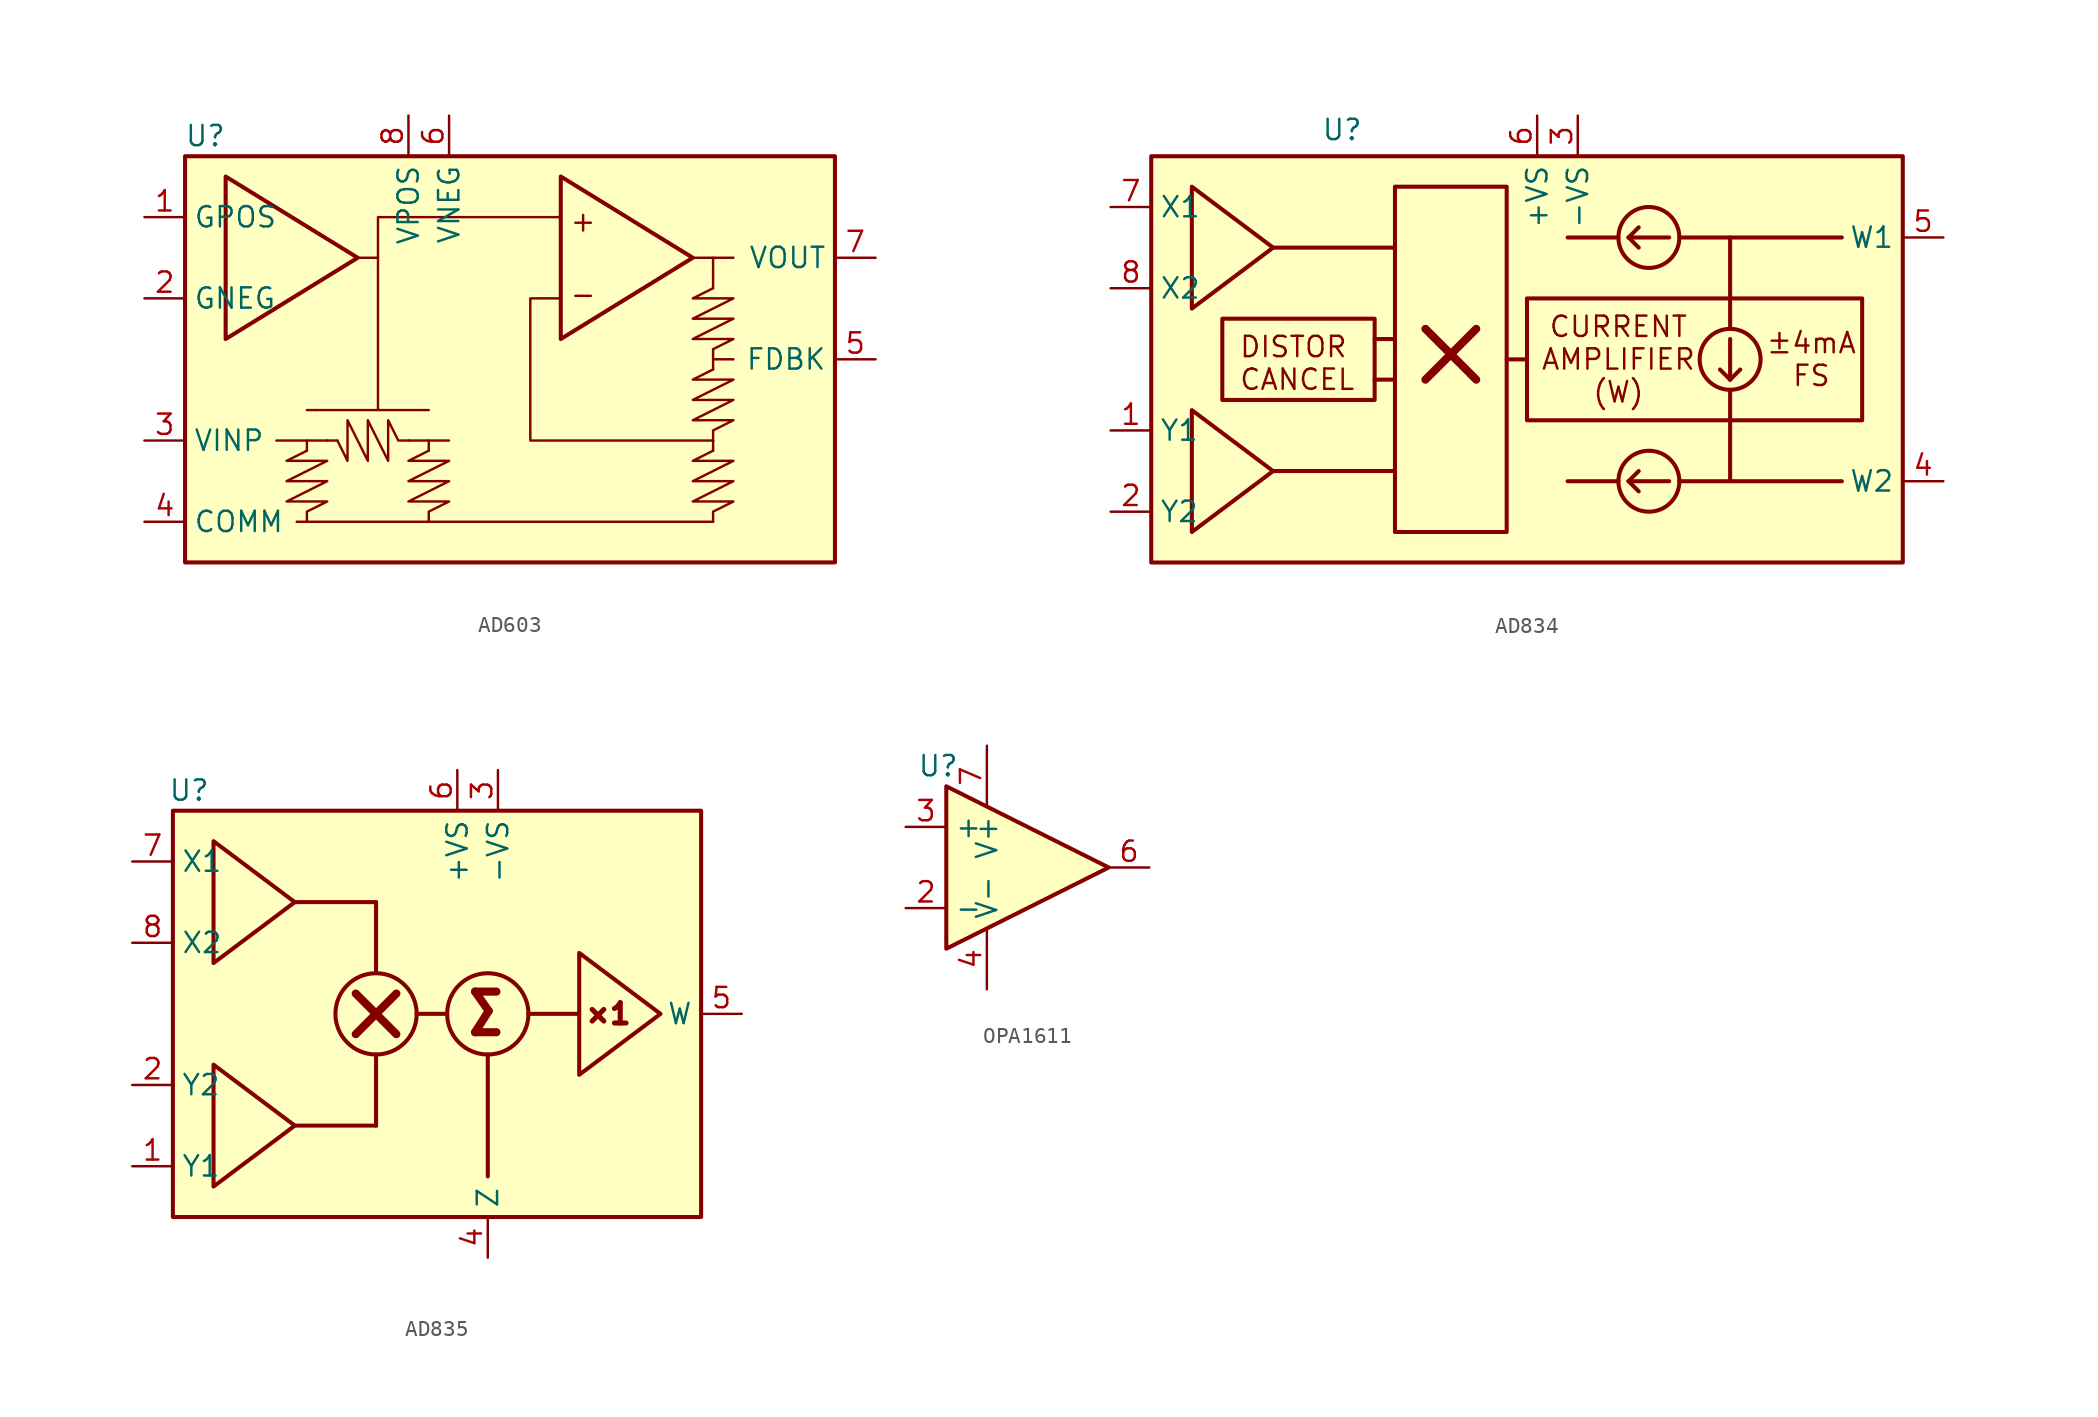
<source format=kicad_sym>
(kicad_symbol_lib
  (version 20241209)
  (generator "kicad_symbol_editor")
  (generator_version "9.0")
  (symbol "AD603"
    (property "Reference" "U"
      (at 1.27 1.27 0)
      (effects (font (size 1.27 1.27))))
    (property "Value" ""
      (at 0 0 0)
      (effects (font (size 1.27 1.27))))
    (symbol "AD603_0_1"
      (polyline (pts (xy 2.54 -1.27) (xy 10.795 -6.35) (xy 2.54 -11.43) (xy 2.54 -1.27)) (stroke (width 0.254) (type default)) (fill (type background)))
      (polyline (pts (xy 6.985 -22.86) (xy 15.24 -22.86)) (stroke (width 0) (type solid)) (fill (type none)))
      (polyline (pts (xy 7.62 -18.415) (xy 7.62 -17.78)) (stroke (width 0) (type solid)) (fill (type none)))
      (polyline (pts (xy 7.62 -18.415) (xy 6.35 -19.05) (xy 8.89 -19.05) (xy 6.35 -20.32) (xy 8.89 -20.32) (xy 6.35 -21.59) (xy 8.89 -21.59) (xy 7.62 -22.225) (xy 7.62 -22.86)) (stroke (width 0) (type solid)) (fill (type none)))
      (polyline (pts (xy 8.255 -15.875) (xy 7.62 -15.875)) (stroke (width 0) (type solid)) (fill (type none)))
      (polyline (pts (xy 8.89 -17.78) (xy 5.715 -17.78)) (stroke (width 0) (type solid)) (fill (type none)))
      (polyline (pts (xy 9.525 -17.78) (xy 8.89 -17.78)) (stroke (width 0) (type solid)) (fill (type none)))
      (polyline (pts (xy 9.525 -17.78) (xy 10.16 -19.05) (xy 10.16 -16.51) (xy 11.43 -19.05) (xy 11.43 -16.51) (xy 12.7 -19.05) (xy 12.7 -16.51) (xy 13.335 -17.78) (xy 13.97 -17.78)) (stroke (width 0) (type solid)) (fill (type none)))
      (polyline (pts (xy 10.795 -6.35) (xy 12.065 -6.35) (xy 12.065 -15.875) (xy 8.255 -15.875) (xy 15.24 -15.875)) (stroke (width 0) (type solid)) (fill (type none)))
      (polyline (pts (xy 13.97 -17.78) (xy 16.51 -17.78)) (stroke (width 0) (type solid)) (fill (type none)))
      (polyline (pts (xy 15.24 -18.415) (xy 15.24 -17.78)) (stroke (width 0) (type solid)) (fill (type none)))
      (polyline (pts (xy 15.24 -18.415) (xy 13.97 -19.05) (xy 16.51 -19.05) (xy 13.97 -20.32) (xy 16.51 -20.32) (xy 13.97 -21.59) (xy 16.51 -21.59) (xy 15.24 -22.225) (xy 15.24 -22.86)) (stroke (width 0) (type solid)) (fill (type none)))
      (polyline (pts (xy 15.24 -22.86) (xy 33.02 -22.86)) (stroke (width 0) (type solid)) (fill (type none)))
      (polyline (pts (xy 23.495 -1.27) (xy 31.75 -6.35) (xy 23.495 -11.43) (xy 23.495 -1.27)) (stroke (width 0.254) (type default)) (fill (type background)))
      (polyline (pts (xy 23.495 -3.81) (xy 12.065 -3.81) (xy 12.065 -6.35)) (stroke (width 0) (type solid)) (fill (type none)))
      (polyline (pts (xy 23.495 -8.89) (xy 21.59 -8.89) (xy 21.59 -17.145) (xy 21.59 -17.78) (xy 33.02 -17.78)) (stroke (width 0) (type solid)) (fill (type none)))
      (polyline (pts (xy 33.02 -6.35) (xy 34.29 -6.35)) (stroke (width 0) (type solid)) (fill (type none)))
      (polyline (pts (xy 33.02 -7.62) (xy 33.02 -6.35) (xy 31.75 -6.35)) (stroke (width 0) (type solid)) (fill (type none)))
      (polyline (pts (xy 33.02 -8.255) (xy 33.02 -7.62)) (stroke (width 0) (type solid)) (fill (type none)))
      (polyline (pts (xy 33.02 -8.255) (xy 31.75 -8.89) (xy 34.29 -8.89) (xy 31.75 -10.16) (xy 34.29 -10.16) (xy 31.75 -11.43) (xy 34.29 -11.43) (xy 33.02 -12.065) (xy 33.02 -12.7)) (stroke (width 0) (type solid)) (fill (type none)))
      (polyline (pts (xy 33.02 -12.7) (xy 34.29 -12.7)) (stroke (width 0) (type solid)) (fill (type none)))
      (polyline (pts (xy 33.02 -13.335) (xy 33.02 -12.7)) (stroke (width 0) (type solid)) (fill (type none)))
      (polyline (pts (xy 33.02 -13.335) (xy 31.75 -13.97) (xy 34.29 -13.97) (xy 31.75 -15.24) (xy 34.29 -15.24) (xy 31.75 -16.51) (xy 34.29 -16.51) (xy 33.02 -17.145) (xy 33.02 -17.78)) (stroke (width 0) (type solid)) (fill (type none)))
      (polyline (pts (xy 33.02 -18.415) (xy 33.02 -17.78)) (stroke (width 0) (type solid)) (fill (type none)))
      (polyline (pts (xy 33.02 -18.415) (xy 31.75 -19.05) (xy 34.29 -19.05) (xy 31.75 -20.32) (xy 34.29 -20.32) (xy 31.75 -21.59) (xy 34.29 -21.59) (xy 33.02 -22.225) (xy 33.02 -22.86)) (stroke (width 0) (type solid)) (fill (type none))))
    (symbol "AD603_1_1"
      (rectangle (start 0 0) (end 40.64 -25.4) (stroke (width 0.254) (type solid)) (fill (type background)))
      (text "+" (at 24.892 -4.064 0) (effects (font (size 1.27 1.27))))
      (text "-" (at 24.892 -8.636 0) (effects (font (size 1.27 1.27))))
      (pin input line (at -2.54 -3.81 0) (length 2.54) (name "GPOS" (effects (font (size 1.27 1.27)))) (number "1" (effects (font (size 1.27 1.27)))))
      (pin input line (at -2.54 -8.89 0) (length 2.54) (name "GNEG" (effects (font (size 1.27 1.27)))) (number "2" (effects (font (size 1.27 1.27)))))
      (pin input line (at -2.54 -17.78 0) (length 2.54) (name "VINP" (effects (font (size 1.27 1.27)))) (number "3" (effects (font (size 1.27 1.27)))))
      (pin input line (at -2.54 -22.86 0) (length 2.54) (name "COMM" (effects (font (size 1.27 1.27)))) (number "4" (effects (font (size 1.27 1.27)))))
      (pin power_in line (at 13.97 2.54 270) (length 2.54) (name "VPOS" (effects (font (size 1.27 1.27)))) (number "8" (effects (font (size 1.27 1.27)))))
      (pin power_in line (at 16.51 2.54 270) (length 2.54) (name "VNEG" (effects (font (size 1.27 1.27)))) (number "6" (effects (font (size 1.27 1.27)))))
      (pin output line (at 43.18 -6.35 180) (length 2.54) (name "VOUT" (effects (font (size 1.27 1.27)))) (number "7" (effects (font (size 1.27 1.27)))))
      (pin input line (at 43.18 -12.7 180) (length 2.54) (name "FDBK" (effects (font (size 1.27 1.27)))) (number "5" (effects (font (size 1.27 1.27)))))))
  (symbol "AD834"
    (property "Reference" "U"
      (at 11.938 1.651 0)
      (effects (font (size 1.27 1.27))))
    (property "Value" ""
      (at 0 0 0)
      (effects (font (size 1.27 1.27))))
    (symbol "AD834_0_1"
      (polyline (pts (xy 2.54 -1.905) (xy 7.62 -5.715) (xy 2.54 -9.525) (xy 2.54 -1.905)) (stroke (width 0.254) (type default)) (fill (type background)))
      (polyline (pts (xy 2.54 -15.875) (xy 7.62 -19.685) (xy 2.54 -23.495) (xy 2.54 -15.875)) (stroke (width 0.254) (type default)) (fill (type background))))
    (symbol "AD834_1_1"
      (rectangle (start 0 0) (end 46.99 -25.4) (stroke (width 0.254) (type solid)) (fill (type background)))
      (polyline (pts (xy 7.62 -5.715) (xy 15.24 -5.715)) (stroke (width 0.254) (type solid)) (fill (type none)))
      (polyline (pts (xy 7.62 -19.685) (xy 15.24 -19.685)) (stroke (width 0.254) (type solid)) (fill (type none)))
      (polyline (pts (xy 13.97 -11.43) (xy 15.24 -11.43)) (stroke (width 0.254) (type solid)) (fill (type none)))
      (polyline (pts (xy 13.97 -13.97) (xy 15.24 -13.97)) (stroke (width 0.254) (type solid)) (fill (type none)))
      (rectangle (start 15.24 -1.905) (end 22.225 -23.495) (stroke (width 0.254) (type solid)) (fill (type background)))
      (polyline (pts (xy 17.145 -10.795) (xy 20.32 -13.97)) (stroke (width 0.508) (type solid)) (fill (type none)))
      (polyline (pts (xy 20.32 -10.795) (xy 17.145 -13.97)) (stroke (width 0.508) (type solid)) (fill (type none)))
      (polyline (pts (xy 22.225 -12.7) (xy 23.495 -12.7)) (stroke (width 0.254) (type solid)) (fill (type none)))
      (rectangle (start 23.495 -8.89) (end 44.45 -16.51) (stroke (width 0.254) (type solid)) (fill (type background)))
      (polyline (pts (xy 29.21 -5.08) (xy 26.035 -5.08)) (stroke (width 0.254) (type solid)) (fill (type none)))
      (polyline (pts (xy 29.21 -20.32) (xy 26.035 -20.32)) (stroke (width 0.254) (type solid)) (fill (type none)))
      (polyline (pts (xy 29.845 -5.08) (xy 30.48 -4.445)) (stroke (width 0.254) (type solid)) (fill (type none)))
      (polyline (pts (xy 29.845 -5.08) (xy 30.48 -5.715)) (stroke (width 0.254) (type solid)) (fill (type none)))
      (polyline (pts (xy 29.845 -20.32) (xy 30.48 -19.685)) (stroke (width 0.254) (type solid)) (fill (type none)))
      (polyline (pts (xy 29.845 -20.32) (xy 30.48 -20.955)) (stroke (width 0.254) (type solid)) (fill (type none)))
      (circle (center 31.115 -5.08) (radius 1.905) (stroke (width 0.254) (type solid)) (fill (type none)))
      (circle (center 31.115 -20.32) (radius 1.905) (stroke (width 0.254) (type solid)) (fill (type none)))
      (polyline (pts (xy 32.385 -5.08) (xy 29.845 -5.08)) (stroke (width 0.254) (type solid)) (fill (type none)))
      (polyline (pts (xy 32.385 -20.32) (xy 29.845 -20.32)) (stroke (width 0.254) (type solid)) (fill (type none)))
      (polyline (pts (xy 36.195 -10.795) (xy 36.195 -5.08) (xy 33.02 -5.08)) (stroke (width 0.254) (type solid)) (fill (type none)))
      (polyline (pts (xy 36.195 -11.43) (xy 36.195 -13.97)) (stroke (width 0.254) (type solid)) (fill (type none)))
      (circle (center 36.195 -12.7) (radius 1.905) (stroke (width 0.254) (type solid)) (fill (type none)))
      (polyline (pts (xy 36.195 -13.97) (xy 35.56 -13.335)) (stroke (width 0.254) (type solid)) (fill (type none)))
      (polyline (pts (xy 36.195 -13.97) (xy 36.83 -13.335)) (stroke (width 0.254) (type solid)) (fill (type none)))
      (polyline (pts (xy 36.195 -14.605) (xy 36.195 -20.32) (xy 33.02 -20.32)) (stroke (width 0.254) (type solid)) (fill (type none)))
      (polyline (pts (xy 43.18 -5.08) (xy 36.195 -5.08)) (stroke (width 0.254) (type solid)) (fill (type none)))
      (polyline (pts (xy 43.18 -20.32) (xy 36.195 -20.32)) (stroke (width 0.254) (type solid)) (fill (type none)))
      (text_box "DISTOR\nCANCEL" (at 4.445 -10.16 0) (size 9.525 -5.08) (margins 1.016 1.016 1.016 1.016) (stroke (width 0.254) (type solid)) (fill (type color) (color 255 255 194 1)) (effects (font (size 1.27 1.27)) (justify left top)))
      (text_box "CURRENT\nAMPLIFIER\n(W)" (at 23.495 -8.89 0) (size 11.43 -7.62) (margins 1.016 1.016 1.016 1.016) (stroke (width -0.0001) (type solid)) (fill (type none)) (effects (font (size 1.27 1.27))))
      (text_box "±4mA\nFS" (at 38.1 -8.89 0) (size 6.35 -7.62) (margins 1.016 1.016 1.016 1.016) (stroke (width -0.0001) (type solid)) (fill (type none)) (effects (font (size 1.27 1.27))))
      (pin input line (at -2.54 -3.175 0) (length 2.54) (name "X1" (effects (font (size 1.27 1.27)))) (number "7" (effects (font (size 1.27 1.27)))))
      (pin input line (at -2.54 -8.255 0) (length 2.54) (name "X2" (effects (font (size 1.27 1.27)))) (number "8" (effects (font (size 1.27 1.27)))))
      (pin input line (at -2.54 -17.145 0) (length 2.54) (name "Y1" (effects (font (size 1.27 1.27)))) (number "1" (effects (font (size 1.27 1.27)))))
      (pin input line (at -2.54 -22.225 0) (length 2.54) (name "Y2" (effects (font (size 1.27 1.27)))) (number "2" (effects (font (size 1.27 1.27)))))
      (pin power_in line (at 24.13 2.54 270) (length 2.54) (name "+VS" (effects (font (size 1.27 1.27)))) (number "6" (effects (font (size 1.27 1.27)))))
      (pin power_in line (at 26.67 2.54 270) (length 2.54) (name "-VS" (effects (font (size 1.27 1.27)))) (number "3" (effects (font (size 1.27 1.27)))))
      (pin open_collector line (at 49.53 -5.08 180) (length 2.54) (name "W1" (effects (font (size 1.27 1.27)))) (number "5" (effects (font (size 1.27 1.27)))))
      (pin open_collector line (at 49.53 -20.32 180) (length 2.54) (name "W2" (effects (font (size 1.27 1.27)))) (number "4" (effects (font (size 1.27 1.27)))))))
  (symbol "AD835"
    (property "Reference" "U"
      (at 1.016 1.27 0)
      (effects (font (size 1.27 1.27))))
    (property "Value" ""
      (at 0 0 0)
      (effects (font (size 1.27 1.27))))
    (symbol "AD835_0_1"
      (polyline (pts (xy 2.54 -1.905) (xy 7.62 -5.715) (xy 2.54 -9.525) (xy 2.54 -1.905)) (stroke (width 0.254) (type default)) (fill (type background)))
      (polyline (pts (xy 2.54 -15.875) (xy 7.62 -19.685) (xy 2.54 -23.495) (xy 2.54 -15.875)) (stroke (width 0.254) (type default)) (fill (type background)))
      (polyline (pts (xy 25.4 -8.89) (xy 30.48 -12.7) (xy 25.4 -16.51) (xy 25.4 -8.89)) (stroke (width 0.254) (type default)) (fill (type background))))
    (symbol "AD835_1_1"
      (rectangle (start 0 0) (end 33.02 -25.4) (stroke (width 0.254) (type solid)) (fill (type background)))
      (polyline (pts (xy 7.62 -5.715) (xy 12.7 -5.715)) (stroke (width 0.254) (type solid)) (fill (type none)))
      (polyline (pts (xy 7.62 -19.685) (xy 12.7 -19.685)) (stroke (width 0.254) (type solid)) (fill (type none)))
      (polyline (pts (xy 11.43 -11.43) (xy 13.97 -13.97)) (stroke (width 0.508) (type solid)) (fill (type none)))
      (polyline (pts (xy 12.7 -5.715) (xy 12.7 -10.16)) (stroke (width 0.254) (type solid)) (fill (type none)))
      (circle (center 12.7 -12.7) (radius 2.54) (stroke (width 0.254) (type solid)) (fill (type none)))
      (polyline (pts (xy 12.7 -19.685) (xy 12.7 -15.24)) (stroke (width 0.254) (type solid)) (fill (type none)))
      (polyline (pts (xy 13.97 -11.43) (xy 11.43 -13.97)) (stroke (width 0.508) (type solid)) (fill (type none)))
      (polyline (pts (xy 17.145 -12.7) (xy 15.24 -12.7)) (stroke (width 0.254) (type solid)) (fill (type none)))
      (circle (center 19.685 -12.7) (radius 2.54) (stroke (width 0.254) (type solid)) (fill (type none)))
      (polyline (pts (xy 19.685 -15.24) (xy 19.685 -22.86)) (stroke (width 0.254) (type solid)) (fill (type none)))
      (polyline (pts (xy 22.225 -12.7) (xy 25.4 -12.7)) (stroke (width 0.254) (type solid)) (fill (type none)))
      (text "Σ" (at 19.558 -12.7 0) (effects (font (size 2.54 2.54) (thickness 0.508) (bold yes))))
      (text "×1" (at 27.178 -12.7 0) (effects (font (size 1.27 1.27) (thickness 0.508) (bold yes))))
      (pin input line (at -2.54 -3.175 0) (length 2.54) (name "X1" (effects (font (size 1.27 1.27)))) (number "7" (effects (font (size 1.27 1.27)))))
      (pin input line (at -2.54 -8.255 0) (length 2.54) (name "X2" (effects (font (size 1.27 1.27)))) (number "8" (effects (font (size 1.27 1.27)))))
      (pin input line (at -2.54 -17.145 0) (length 2.54) (name "Y2" (effects (font (size 1.27 1.27)))) (number "2" (effects (font (size 1.27 1.27)))))
      (pin input line (at -2.54 -22.225 0) (length 2.54) (name "Y1" (effects (font (size 1.27 1.27)))) (number "1" (effects (font (size 1.27 1.27)))))
      (pin power_in line (at 17.78 2.54 270) (length 2.54) (name "+VS" (effects (font (size 1.27 1.27)))) (number "6" (effects (font (size 1.27 1.27)))))
      (pin input line (at 19.685 -27.94 90) (length 2.54) (name "Z" (effects (font (size 1.27 1.27)))) (number "4" (effects (font (size 1.27 1.27)))))
      (pin power_in line (at 20.32 2.54 270) (length 2.54) (name "-VS" (effects (font (size 1.27 1.27)))) (number "3" (effects (font (size 1.27 1.27)))))
      (pin open_collector line (at 35.56 -12.7 180) (length 2.54) (name "W" (effects (font (size 1.27 1.27)))) (number "5" (effects (font (size 1.27 1.27)))))))
  (symbol "OPA1611"
    (property "Reference" "U"
      (at -3.048 6.35 0)
      (effects (font (size 1.27 1.27))))
    (property "Value" ""
      (at 0 0 0)
      (effects (font (size 1.27 1.27))))
    (symbol "OPA1611_0_1"
      (polyline (pts (xy -2.54 5.08) (xy 7.62 0) (xy -2.54 -5.08) (xy -2.54 5.08)) (stroke (width 0.254) (type default)) (fill (type background)))
      (pin power_in line (at 0 7.62 270) (length 3.81) (name "V+" (effects (font (size 1.27 1.27)))) (number "7" (effects (font (size 1.27 1.27)))))
      (pin power_in line (at 0 -7.62 90) (length 3.81) (name "V-" (effects (font (size 1.27 1.27)))) (number "4" (effects (font (size 1.27 1.27))))))
    (symbol "OPA1611_1_1"
      (pin input line (at -5.08 2.54 0) (length 2.54) (name "+" (effects (font (size 1.27 1.27)))) (number "3" (effects (font (size 1.27 1.27)))))
      (pin input line (at -5.08 -2.54 0) (length 2.54) (name "-" (effects (font (size 1.27 1.27)))) (number "2" (effects (font (size 1.27 1.27)))))
      (pin no_connect line (at -2.54 5.08 270) (length 2.54) (hide yes) (name "NC" (effects (font (size 1.27 1.27)))) (number "1" (effects (font (size 1.27 1.27)))))
      (pin no_connect line (at -2.54 -5.08 90) (length 3.81) (hide yes) (name "NC" (effects (font (size 1.27 1.27)))) (number "5" (effects (font (size 1.27 1.27)))))
      (pin output line (at 10.16 0 180) (length 2.54) (name "~" (effects (font (size 1.27 1.27)))) (number "6" (effects (font (size 1.27 1.27))))))))
</source>
